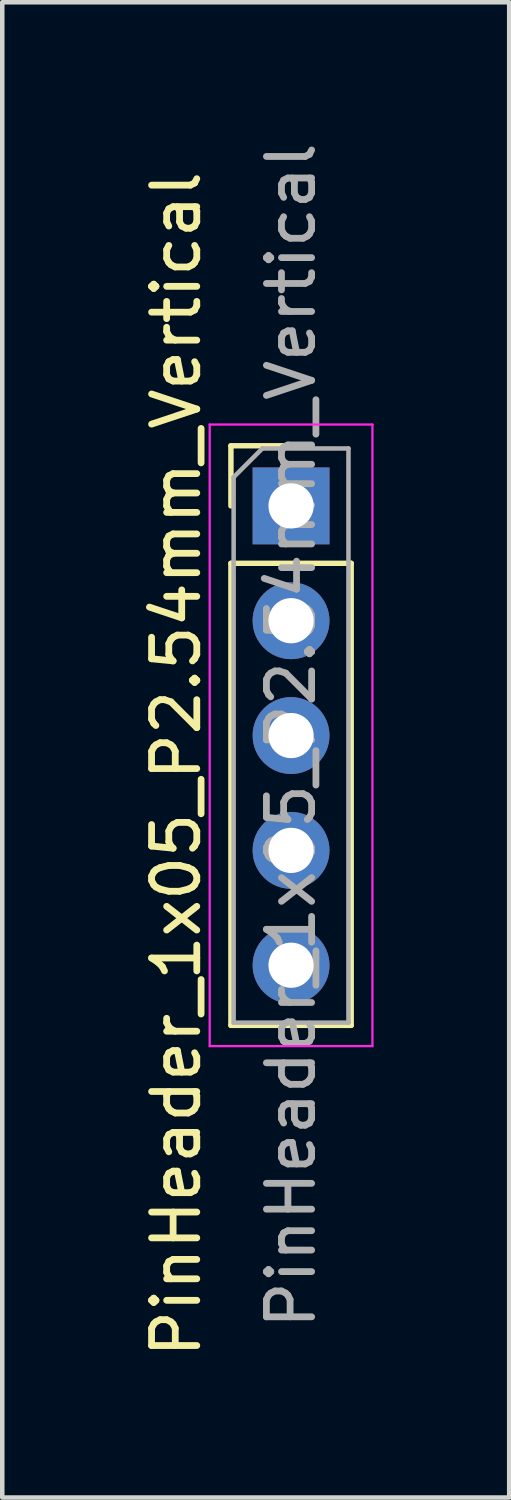
<source format=kicad_pcb>
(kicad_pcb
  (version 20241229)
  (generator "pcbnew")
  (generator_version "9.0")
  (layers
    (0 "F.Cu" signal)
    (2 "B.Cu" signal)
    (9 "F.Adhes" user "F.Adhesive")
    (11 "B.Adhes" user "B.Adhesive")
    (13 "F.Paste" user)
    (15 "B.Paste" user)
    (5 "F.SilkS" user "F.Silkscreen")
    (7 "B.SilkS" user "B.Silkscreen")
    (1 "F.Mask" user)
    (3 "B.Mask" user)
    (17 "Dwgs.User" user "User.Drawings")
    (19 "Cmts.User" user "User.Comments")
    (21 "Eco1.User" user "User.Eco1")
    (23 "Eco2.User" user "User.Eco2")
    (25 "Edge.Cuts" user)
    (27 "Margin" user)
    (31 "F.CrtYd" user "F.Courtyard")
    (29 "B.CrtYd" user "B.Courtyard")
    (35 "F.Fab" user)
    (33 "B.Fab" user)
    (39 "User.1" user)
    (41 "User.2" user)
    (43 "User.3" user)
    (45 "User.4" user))
  (footprint "PinHeader_1x05_P2.54mm_Vertical"
    (layer "F.Cu")
    (at 3.388 8.14)
    (property "Reference" "PinHeader_1x05_P2.54mm_Vertical" (at -2.54 5.715 90) (layer "F.SilkS") (effects (font (size 1 1) (thickness 0.15))))
    (attr through_hole)
    (fp_line (start -1.33 -1.33) (end 0 -1.33) (stroke (width 0.12) (type solid)) (layer "F.SilkS"))
    (fp_line (start -1.33 0) (end -1.33 -1.33) (stroke (width 0.12) (type solid)) (layer "F.SilkS"))
    (fp_line (start -1.33 1.27) (end -1.33 11.49) (stroke (width 0.12) (type solid)) (layer "F.SilkS"))
    (fp_line (start -1.33 1.27) (end 1.33 1.27) (stroke (width 0.12) (type solid)) (layer "F.SilkS"))
    (fp_line (start -1.33 11.49) (end 1.33 11.49) (stroke (width 0.12) (type solid)) (layer "F.SilkS"))
    (fp_line (start 1.33 1.27) (end 1.33 11.49) (stroke (width 0.12) (type solid)) (layer "F.SilkS"))
    (fp_line (start -1.8 -1.8) (end -1.8 11.95) (stroke (width 0.05) (type solid)) (layer "F.CrtYd"))
    (fp_line (start -1.8 11.95) (end 1.8 11.95) (stroke (width 0.05) (type solid)) (layer "F.CrtYd"))
    (fp_line (start 1.8 -1.8) (end -1.8 -1.8) (stroke (width 0.05) (type solid)) (layer "F.CrtYd"))
    (fp_line (start 1.8 11.95) (end 1.8 -1.8) (stroke (width 0.05) (type solid)) (layer "F.CrtYd"))
    (fp_line (start -1.27 -0.635) (end -0.635 -1.27) (stroke (width 0.1) (type solid)) (layer "F.Fab"))
    (fp_line (start -1.27 11.43) (end -1.27 -0.635) (stroke (width 0.1) (type solid)) (layer "F.Fab"))
    (fp_line (start -0.635 -1.27) (end 1.27 -1.27) (stroke (width 0.1) (type solid)) (layer "F.Fab"))
    (fp_line (start 1.27 -1.27) (end 1.27 11.43) (stroke (width 0.1) (type solid)) (layer "F.Fab"))
    (fp_line (start 1.27 11.43) (end -1.27 11.43) (stroke (width 0.1) (type solid)) (layer "F.Fab"))
    (fp_text user "${REFERENCE}" (at 0 5.08 90) (layer "F.Fab") (effects (font (size 1 1) (thickness 0.15))))
    (pad "1" thru_hole rect (at 0 0) (size 1.7 1.7) (drill 1) (layers "*.Cu" "*.Mask"))
    (pad "2" thru_hole oval (at 0 2.54) (size 1.7 1.7) (drill 1) (layers "*.Cu" "*.Mask"))
    (pad "3" thru_hole oval (at 0 5.08) (size 1.7 1.7) (drill 1) (layers "*.Cu" "*.Mask"))
    (pad "4" thru_hole oval (at 0 7.62) (size 1.7 1.7) (drill 1) (layers "*.Cu" "*.Mask"))
    (pad "5" thru_hole oval (at 0 10.16) (size 1.7 1.7) (drill 1) (layers "*.Cu" "*.Mask")))
  (gr_rect
    (start -3 -3)
    (end 8.213 30.075)
    (stroke (width 0.1) (type default))
    (fill no)
    (layer "Edge.Cuts")))
</source>
